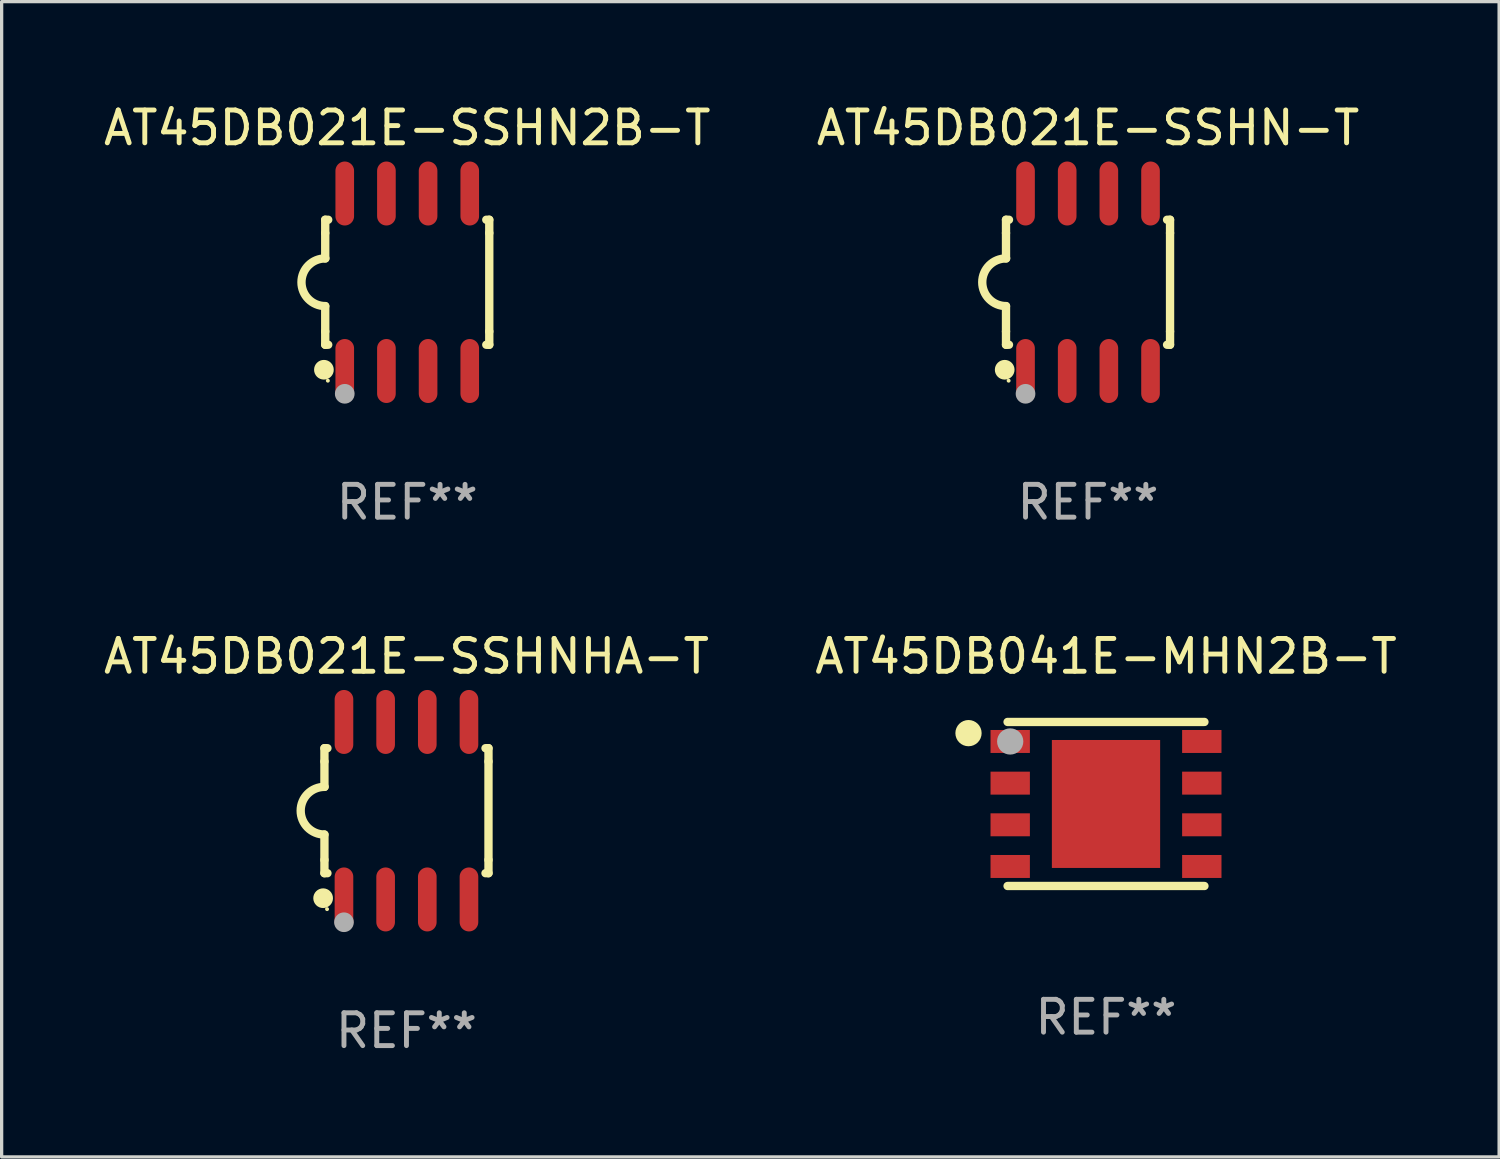
<source format=kicad_pcb>
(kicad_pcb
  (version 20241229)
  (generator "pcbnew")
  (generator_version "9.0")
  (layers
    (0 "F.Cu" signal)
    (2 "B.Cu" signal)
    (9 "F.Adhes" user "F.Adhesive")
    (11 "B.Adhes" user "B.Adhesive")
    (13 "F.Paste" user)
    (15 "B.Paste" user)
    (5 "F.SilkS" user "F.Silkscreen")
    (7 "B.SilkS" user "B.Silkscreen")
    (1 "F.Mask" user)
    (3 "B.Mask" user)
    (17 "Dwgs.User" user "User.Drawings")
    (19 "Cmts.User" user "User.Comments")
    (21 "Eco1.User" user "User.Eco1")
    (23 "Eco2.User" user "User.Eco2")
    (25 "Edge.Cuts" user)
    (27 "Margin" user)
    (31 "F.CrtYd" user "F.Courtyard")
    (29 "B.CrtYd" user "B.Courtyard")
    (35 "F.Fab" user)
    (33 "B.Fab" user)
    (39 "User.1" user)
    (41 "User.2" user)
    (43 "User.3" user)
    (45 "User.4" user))
  (footprint "AT45DB021E-SSHN2B-T"
    (layer "F.Cu")
    (at 9.363 5.553)
    (property "Reference" "AT45DB021E-SSHN2B-T" (at 0 -4.705 0) (layer "F.SilkS") (effects (font (size 1 1) (thickness 0.15))))
    (attr through_hole)
    (fp_line (start -2.5 -1.905) (end -2.409 -1.905) (stroke (width 0.254) (type solid)) (layer "F.SilkS"))
    (fp_line (start -2.5 -1.5) (end -2.5 -1.905) (stroke (width 0.254) (type solid)) (layer "F.SilkS"))
    (fp_line (start -2.5 -1.5) (end -2.5 -0.726) (stroke (width 0.254) (type solid)) (layer "F.SilkS"))
    (fp_line (start -2.5 1.5) (end -2.5 0.727) (stroke (width 0.254) (type solid)) (layer "F.SilkS"))
    (fp_line (start -2.5 1.5) (end -2.5 1.905) (stroke (width 0.254) (type solid)) (layer "F.SilkS"))
    (fp_line (start -2.5 1.905) (end -2.409 1.905) (stroke (width 0.254) (type solid)) (layer "F.SilkS"))
    (fp_line (start 2.5 -1.905) (end 2.409 -1.905) (stroke (width 0.254) (type solid)) (layer "F.SilkS"))
    (fp_line (start 2.5 -1.5) (end 2.5 -1.905) (stroke (width 0.254) (type solid)) (layer "F.SilkS"))
    (fp_line (start 2.5 -1.5) (end 2.5 1.5) (stroke (width 0.254) (type solid)) (layer "F.SilkS"))
    (fp_line (start 2.5 1.5) (end 2.5 1.905) (stroke (width 0.254) (type solid)) (layer "F.SilkS"))
    (fp_line (start 2.5 1.905) (end 2.409 1.905) (stroke (width 0.254) (type solid)) (layer "F.SilkS"))
    (fp_arc (start -2.5 0.726568) (mid -3.220316 -0.0023) (end -2.495097 -0.726289) (stroke (width 0.254001) (type solid)) (layer "F.SilkS"))
    (fp_circle (center -2.54 2.667) (end -2.39 2.667) (stroke (width 0.3) (type solid)) (fill no) (layer "F.SilkS"))
    (fp_circle (center -2.42 3) (end -2.39 3) (stroke (width 0.06) (type solid)) (fill no) (layer "F.SilkS"))
    (fp_circle (center -1.905 3.4) (end -1.755 3.4) (stroke (width 0.3) (type solid)) (fill no) (layer "F.Fab"))
    (fp_text user "REF**" (at 0 6.705 0) (layer "F.Fab") (effects (font (size 1 1) (thickness 0.15))))
    (pad "1" smd oval (at -1.905 2.705) (size 0.568 1.95) (layers "F.Cu" "F.Mask" "F.Paste"))
    (pad "2" smd oval (at -0.635 2.705) (size 0.568 1.95) (layers "F.Cu" "F.Mask" "F.Paste"))
    (pad "3" smd oval (at 0.635 2.705) (size 0.568 1.95) (layers "F.Cu" "F.Mask" "F.Paste"))
    (pad "4" smd oval (at 1.905 2.705) (size 0.568 1.95) (layers "F.Cu" "F.Mask" "F.Paste"))
    (pad "5" smd oval (at 1.905 -2.705) (size 0.568 1.95) (layers "F.Cu" "F.Mask" "F.Paste"))
    (pad "6" smd oval (at 0.635 -2.705) (size 0.568 1.95) (layers "F.Cu" "F.Mask" "F.Paste"))
    (pad "7" smd oval (at -0.635 -2.705) (size 0.568 1.95) (layers "F.Cu" "F.Mask" "F.Paste"))
    (pad "8" smd oval (at -1.905 -2.705) (size 0.568 1.95) (layers "F.Cu" "F.Mask" "F.Paste")))
  (footprint "AT45DB041E-MHN2B-T"
    (layer "F.Cu")
    (at 30.661 21.455)
    (property "Reference" "AT45DB041E-MHN2B-T" (at 0 -4.5 0) (layer "F.SilkS") (effects (font (size 1 1) (thickness 0.15))))
    (attr through_hole)
    (fp_line (start 3 -2.5) (end -3 -2.5) (stroke (width 0.254) (type solid)) (layer "F.SilkS"))
    (fp_line (start 3 2.5) (end -3 2.5) (stroke (width 0.254) (type solid)) (layer "F.SilkS"))
    (fp_circle (center -4.191 -2.159) (end -3.991 -2.159) (stroke (width 0.4) (type solid)) (fill no) (layer "F.SilkS"))
    (fp_circle (center -3 -2.5) (end -2.97 -2.5) (stroke (width 0.06) (type solid)) (fill no) (layer "F.SilkS"))
    (fp_circle (center -2.92 -1.905) (end -2.72 -1.905) (stroke (width 0.4) (type solid)) (fill no) (layer "F.Fab"))
    (fp_text user "REF**" (at 0 6.5 0) (layer "F.Fab") (effects (font (size 1 1) (thickness 0.15))))
    (pad "1" smd rect (at -2.92 -1.905) (size 1.2 0.7) (layers "F.Cu" "F.Mask" "F.Paste"))
    (pad "2" smd rect (at -2.92 -0.635) (size 1.2 0.7) (layers "F.Cu" "F.Mask" "F.Paste"))
    (pad "3" smd rect (at -2.92 0.635) (size 1.2 0.7) (layers "F.Cu" "F.Mask" "F.Paste"))
    (pad "4" smd rect (at -2.92 1.905) (size 1.2 0.7) (layers "F.Cu" "F.Mask" "F.Paste"))
    (pad "5" smd rect (at 2.92 1.905) (size 1.2 0.7) (layers "F.Cu" "F.Mask" "F.Paste"))
    (pad "6" smd rect (at 2.92 0.635) (size 1.2 0.7) (layers "F.Cu" "F.Mask" "F.Paste"))
    (pad "7" smd rect (at 2.92 -0.635) (size 1.2 0.7) (layers "F.Cu" "F.Mask" "F.Paste"))
    (pad "8" smd rect (at 2.92 -1.905) (size 1.2 0.7) (layers "F.Cu" "F.Mask" "F.Paste"))
    (pad "9" smd rect (at 0 0) (size 3.3 3.9) (layers "F.Cu" "F.Mask" "F.Paste")))
  (footprint "AT45DB021E-SSHNHA-T"
    (layer "F.Cu")
    (at 9.339 21.66)
    (property "Reference" "AT45DB021E-SSHNHA-T" (at 0 -4.705 0) (layer "F.SilkS") (effects (font (size 1 1) (thickness 0.15))))
    (attr through_hole)
    (fp_line (start -2.5 -1.905) (end -2.409 -1.905) (stroke (width 0.254) (type solid)) (layer "F.SilkS"))
    (fp_line (start -2.5 -1.5) (end -2.5 -1.905) (stroke (width 0.254) (type solid)) (layer "F.SilkS"))
    (fp_line (start -2.5 -1.5) (end -2.5 -0.726) (stroke (width 0.254) (type solid)) (layer "F.SilkS"))
    (fp_line (start -2.5 1.5) (end -2.5 0.727) (stroke (width 0.254) (type solid)) (layer "F.SilkS"))
    (fp_line (start -2.5 1.5) (end -2.5 1.905) (stroke (width 0.254) (type solid)) (layer "F.SilkS"))
    (fp_line (start -2.5 1.905) (end -2.409 1.905) (stroke (width 0.254) (type solid)) (layer "F.SilkS"))
    (fp_line (start 2.5 -1.905) (end 2.409 -1.905) (stroke (width 0.254) (type solid)) (layer "F.SilkS"))
    (fp_line (start 2.5 -1.5) (end 2.5 -1.905) (stroke (width 0.254) (type solid)) (layer "F.SilkS"))
    (fp_line (start 2.5 -1.5) (end 2.5 1.5) (stroke (width 0.254) (type solid)) (layer "F.SilkS"))
    (fp_line (start 2.5 1.5) (end 2.5 1.905) (stroke (width 0.254) (type solid)) (layer "F.SilkS"))
    (fp_line (start 2.5 1.905) (end 2.409 1.905) (stroke (width 0.254) (type solid)) (layer "F.SilkS"))
    (fp_arc (start -2.5 0.726568) (mid -3.220316 -0.0023) (end -2.495097 -0.726289) (stroke (width 0.254001) (type solid)) (layer "F.SilkS"))
    (fp_circle (center -2.54 2.667) (end -2.39 2.667) (stroke (width 0.3) (type solid)) (fill no) (layer "F.SilkS"))
    (fp_circle (center -2.42 3) (end -2.39 3) (stroke (width 0.06) (type solid)) (fill no) (layer "F.SilkS"))
    (fp_circle (center -1.905 3.4) (end -1.755 3.4) (stroke (width 0.3) (type solid)) (fill no) (layer "F.Fab"))
    (fp_text user "REF**" (at 0 6.705 0) (layer "F.Fab") (effects (font (size 1 1) (thickness 0.15))))
    (pad "1" smd oval (at -1.905 2.705) (size 0.568 1.95) (layers "F.Cu" "F.Mask" "F.Paste"))
    (pad "2" smd oval (at -0.635 2.705) (size 0.568 1.95) (layers "F.Cu" "F.Mask" "F.Paste"))
    (pad "3" smd oval (at 0.635 2.705) (size 0.568 1.95) (layers "F.Cu" "F.Mask" "F.Paste"))
    (pad "4" smd oval (at 1.905 2.705) (size 0.568 1.95) (layers "F.Cu" "F.Mask" "F.Paste"))
    (pad "5" smd oval (at 1.905 -2.705) (size 0.568 1.95) (layers "F.Cu" "F.Mask" "F.Paste"))
    (pad "6" smd oval (at 0.635 -2.705) (size 0.568 1.95) (layers "F.Cu" "F.Mask" "F.Paste"))
    (pad "7" smd oval (at -0.635 -2.705) (size 0.568 1.95) (layers "F.Cu" "F.Mask" "F.Paste"))
    (pad "8" smd oval (at -1.905 -2.705) (size 0.568 1.95) (layers "F.Cu" "F.Mask" "F.Paste")))
  (footprint "AT45DB021E-SSHN-T"
    (layer "F.Cu")
    (at 30.113 5.553)
    (property "Reference" "AT45DB021E-SSHN-T" (at 0 -4.705 0) (layer "F.SilkS") (effects (font (size 1 1) (thickness 0.15))))
    (attr through_hole)
    (fp_line (start -2.5 -1.905) (end -2.409 -1.905) (stroke (width 0.254) (type solid)) (layer "F.SilkS"))
    (fp_line (start -2.5 -1.5) (end -2.5 -1.905) (stroke (width 0.254) (type solid)) (layer "F.SilkS"))
    (fp_line (start -2.5 -1.5) (end -2.5 -0.726) (stroke (width 0.254) (type solid)) (layer "F.SilkS"))
    (fp_line (start -2.5 1.5) (end -2.5 0.727) (stroke (width 0.254) (type solid)) (layer "F.SilkS"))
    (fp_line (start -2.5 1.5) (end -2.5 1.905) (stroke (width 0.254) (type solid)) (layer "F.SilkS"))
    (fp_line (start -2.5 1.905) (end -2.409 1.905) (stroke (width 0.254) (type solid)) (layer "F.SilkS"))
    (fp_line (start 2.5 -1.905) (end 2.409 -1.905) (stroke (width 0.254) (type solid)) (layer "F.SilkS"))
    (fp_line (start 2.5 -1.5) (end 2.5 -1.905) (stroke (width 0.254) (type solid)) (layer "F.SilkS"))
    (fp_line (start 2.5 -1.5) (end 2.5 1.5) (stroke (width 0.254) (type solid)) (layer "F.SilkS"))
    (fp_line (start 2.5 1.5) (end 2.5 1.905) (stroke (width 0.254) (type solid)) (layer "F.SilkS"))
    (fp_line (start 2.5 1.905) (end 2.409 1.905) (stroke (width 0.254) (type solid)) (layer "F.SilkS"))
    (fp_arc (start -2.5 0.726568) (mid -3.220316 -0.0023) (end -2.495097 -0.726289) (stroke (width 0.254001) (type solid)) (layer "F.SilkS"))
    (fp_circle (center -2.54 2.667) (end -2.39 2.667) (stroke (width 0.3) (type solid)) (fill no) (layer "F.SilkS"))
    (fp_circle (center -2.42 3) (end -2.39 3) (stroke (width 0.06) (type solid)) (fill no) (layer "F.SilkS"))
    (fp_circle (center -1.905 3.4) (end -1.755 3.4) (stroke (width 0.3) (type solid)) (fill no) (layer "F.Fab"))
    (fp_text user "REF**" (at 0 6.705 0) (layer "F.Fab") (effects (font (size 1 1) (thickness 0.15))))
    (pad "1" smd oval (at -1.905 2.705) (size 0.568 1.95) (layers "F.Cu" "F.Mask" "F.Paste"))
    (pad "2" smd oval (at -0.635 2.705) (size 0.568 1.95) (layers "F.Cu" "F.Mask" "F.Paste"))
    (pad "3" smd oval (at 0.635 2.705) (size 0.568 1.95) (layers "F.Cu" "F.Mask" "F.Paste"))
    (pad "4" smd oval (at 1.905 2.705) (size 0.568 1.95) (layers "F.Cu" "F.Mask" "F.Paste"))
    (pad "5" smd oval (at 1.905 -2.705) (size 0.568 1.95) (layers "F.Cu" "F.Mask" "F.Paste"))
    (pad "6" smd oval (at 0.635 -2.705) (size 0.568 1.95) (layers "F.Cu" "F.Mask" "F.Paste"))
    (pad "7" smd oval (at -0.635 -2.705) (size 0.568 1.95) (layers "F.Cu" "F.Mask" "F.Paste"))
    (pad "8" smd oval (at -1.905 -2.705) (size 0.568 1.95) (layers "F.Cu" "F.Mask" "F.Paste")))
  (gr_rect
    (start -3 -3)
    (end 42.643 32.213)
    (stroke (width 0.1) (type default))
    (fill no)
    (layer "Edge.Cuts")))
</source>
